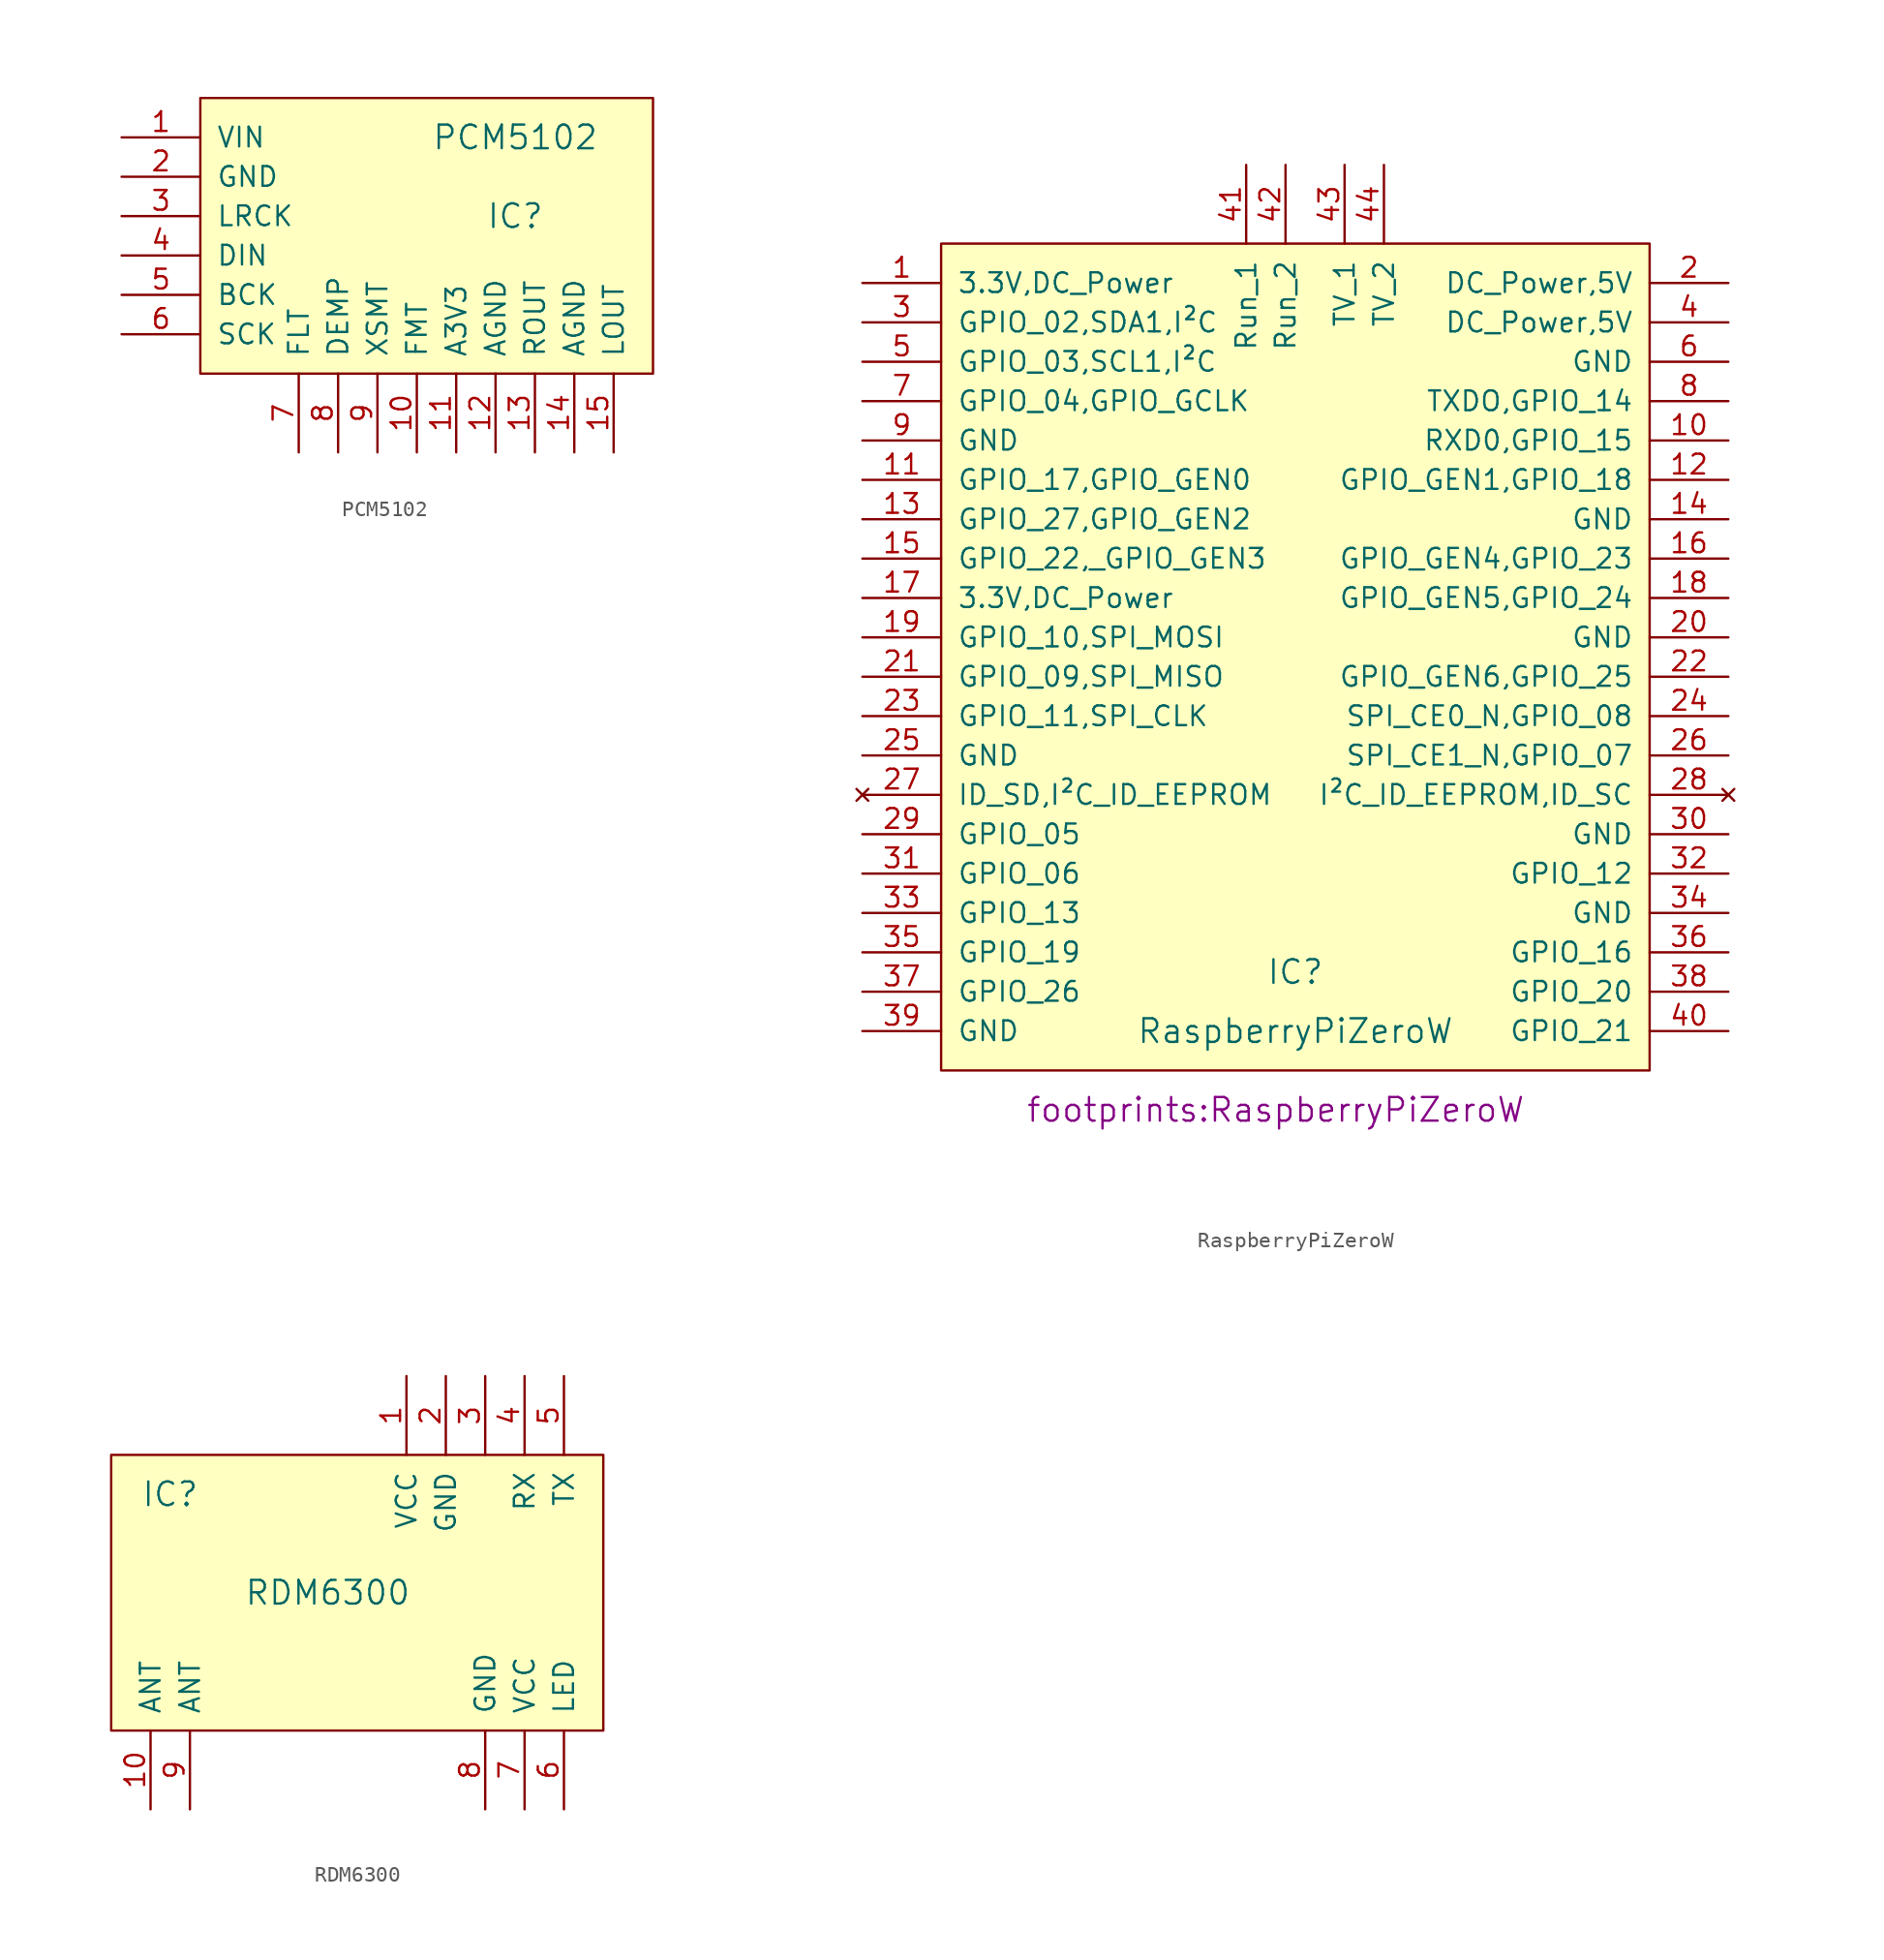
<source format=kicad_sym>
(kicad_symbol_lib
  (version 20231120)
  (generator "kicad_symbol_editor")
  (generator_version "8.0")
  (symbol "PCM5102"
    (pin_names
      (offset 1.016))
    (property "Reference" "IC"
      (at 26.67 26.67 0)
      (effects (font (size 1.524 1.524))))
    (property "Value" "PCM5102"
      (at 26.67 31.75 0)
      (effects (font (size 1.524 1.524))))
    (symbol "PCM5102_0_1"
      (rectangle (start 6.35 34.29) (end 35.56 16.51) (stroke (width 0) (type solid)) (fill (type background))))
    (symbol "PCM5102_1_1"
      (pin input line (at 1.27 31.75 0) (length 5.08) (name "VIN" (effects (font (size 1.27 1.27)))) (number "1" (effects (font (size 1.27 1.27)))))
      (pin input line (at 20.32 11.43 90) (length 5.08) (name "FMT" (effects (font (size 1.27 1.27)))) (number "10" (effects (font (size 1.27 1.27)))))
      (pin input line (at 22.86 11.43 90) (length 5.08) (name "A3V3" (effects (font (size 1.27 1.27)))) (number "11" (effects (font (size 1.27 1.27)))))
      (pin input line (at 25.4 11.43 90) (length 5.08) (name "AGND" (effects (font (size 1.27 1.27)))) (number "12" (effects (font (size 1.27 1.27)))))
      (pin input line (at 27.94 11.43 90) (length 5.08) (name "ROUT" (effects (font (size 1.27 1.27)))) (number "13" (effects (font (size 1.27 1.27)))))
      (pin input line (at 30.48 11.43 90) (length 5.08) (name "AGND" (effects (font (size 1.27 1.27)))) (number "14" (effects (font (size 1.27 1.27)))))
      (pin input line (at 33.02 11.43 90) (length 5.08) (name "LOUT" (effects (font (size 1.27 1.27)))) (number "15" (effects (font (size 1.27 1.27)))))
      (pin input line (at 1.27 29.21 0) (length 5.08) (name "GND" (effects (font (size 1.27 1.27)))) (number "2" (effects (font (size 1.27 1.27)))))
      (pin input line (at 1.27 26.67 0) (length 5.08) (name "LRCK" (effects (font (size 1.27 1.27)))) (number "3" (effects (font (size 1.27 1.27)))))
      (pin input line (at 1.27 24.13 0) (length 5.08) (name "DIN" (effects (font (size 1.27 1.27)))) (number "4" (effects (font (size 1.27 1.27)))))
      (pin input line (at 1.27 21.59 0) (length 5.08) (name "BCK" (effects (font (size 1.27 1.27)))) (number "5" (effects (font (size 1.27 1.27)))))
      (pin input line (at 1.27 19.05 0) (length 5.08) (name "SCK" (effects (font (size 1.27 1.27)))) (number "6" (effects (font (size 1.27 1.27)))))
      (pin input line (at 12.7 11.43 90) (length 5.08) (name "FLT" (effects (font (size 1.27 1.27)))) (number "7" (effects (font (size 1.27 1.27)))))
      (pin input line (at 15.24 11.43 90) (length 5.08) (name "DEMP" (effects (font (size 1.27 1.27)))) (number "8" (effects (font (size 1.27 1.27)))))
      (pin input line (at 17.78 11.43 90) (length 5.08) (name "XSMT" (effects (font (size 1.27 1.27)))) (number "9" (effects (font (size 1.27 1.27)))))))
  (symbol "RaspberryPiZeroW"
    (pin_names
      (offset 1.016))
    (property "Reference" "IC"
      (at -1.27 -33.02 0)
      (effects (font (size 1.524 1.524))))
    (property "Value" "RaspberryPiZeroW"
      (at -1.27 -36.83 0)
      (effects (font (size 1.524 1.524))))
    (property "Footprint" "footprints:RaspberryPiZeroW"
      (at -2.54 -41.91 0)
      (effects (font (size 1.524 1.524))))
    (symbol "RaspberryPiZeroW_0_1"
      (rectangle (start -24.13 13.97) (end 21.59 -39.37) (stroke (width 0) (type solid)) (fill (type background))))
    (symbol "RaspberryPiZeroW_1_1"
      (pin power_out line (at -29.21 11.43 0) (length 5.08) (name "3.3V,DC_Power" (effects (font (size 1.27 1.27)))) (number "1" (effects (font (size 1.27 1.27)))))
      (pin bidirectional line (at 26.67 1.27 180) (length 5.08) (name "RXD0,GPIO_15" (effects (font (size 1.27 1.27)))) (number "10" (effects (font (size 1.27 1.27)))))
      (pin bidirectional line (at -29.21 -1.27 0) (length 5.08) (name "GPIO_17,GPIO_GEN0" (effects (font (size 1.27 1.27)))) (number "11" (effects (font (size 1.27 1.27)))))
      (pin bidirectional line (at 26.67 -1.27 180) (length 5.08) (name "GPIO_GEN1,GPIO_18" (effects (font (size 1.27 1.27)))) (number "12" (effects (font (size 1.27 1.27)))))
      (pin bidirectional line (at -29.21 -3.81 0) (length 5.08) (name "GPIO_27,GPIO_GEN2" (effects (font (size 1.27 1.27)))) (number "13" (effects (font (size 1.27 1.27)))))
      (pin power_in line (at 26.67 -3.81 180) (length 5.08) (name "GND" (effects (font (size 1.27 1.27)))) (number "14" (effects (font (size 1.27 1.27)))))
      (pin bidirectional line (at -29.21 -6.35 0) (length 5.08) (name "GPIO_22,_GPIO_GEN3" (effects (font (size 1.27 1.27)))) (number "15" (effects (font (size 1.27 1.27)))))
      (pin bidirectional line (at 26.67 -6.35 180) (length 5.08) (name "GPIO_GEN4,GPIO_23" (effects (font (size 1.27 1.27)))) (number "16" (effects (font (size 1.27 1.27)))))
      (pin power_out line (at -29.21 -8.89 0) (length 5.08) (name "3.3V,DC_Power" (effects (font (size 1.27 1.27)))) (number "17" (effects (font (size 1.27 1.27)))))
      (pin bidirectional line (at 26.67 -8.89 180) (length 5.08) (name "GPIO_GEN5,GPIO_24" (effects (font (size 1.27 1.27)))) (number "18" (effects (font (size 1.27 1.27)))))
      (pin bidirectional line (at -29.21 -11.43 0) (length 5.08) (name "GPIO_10,SPI_MOSI" (effects (font (size 1.27 1.27)))) (number "19" (effects (font (size 1.27 1.27)))))
      (pin power_in line (at 26.67 11.43 180) (length 5.08) (name "DC_Power,5V" (effects (font (size 1.27 1.27)))) (number "2" (effects (font (size 1.27 1.27)))))
      (pin power_in line (at 26.67 -11.43 180) (length 5.08) (name "GND" (effects (font (size 1.27 1.27)))) (number "20" (effects (font (size 1.27 1.27)))))
      (pin bidirectional line (at -29.21 -13.97 0) (length 5.08) (name "GPIO_09,SPI_MISO" (effects (font (size 1.27 1.27)))) (number "21" (effects (font (size 1.27 1.27)))))
      (pin bidirectional line (at 26.67 -13.97 180) (length 5.08) (name "GPIO_GEN6,GPIO_25" (effects (font (size 1.27 1.27)))) (number "22" (effects (font (size 1.27 1.27)))))
      (pin bidirectional line (at -29.21 -16.51 0) (length 5.08) (name "GPIO_11,SPI_CLK" (effects (font (size 1.27 1.27)))) (number "23" (effects (font (size 1.27 1.27)))))
      (pin bidirectional line (at 26.67 -16.51 180) (length 5.08) (name "SPI_CE0_N,GPIO_08" (effects (font (size 1.27 1.27)))) (number "24" (effects (font (size 1.27 1.27)))))
      (pin power_in line (at -29.21 -19.05 0) (length 5.08) (name "GND" (effects (font (size 1.27 1.27)))) (number "25" (effects (font (size 1.27 1.27)))))
      (pin bidirectional line (at 26.67 -19.05 180) (length 5.08) (name "SPI_CE1_N,GPIO_07" (effects (font (size 1.27 1.27)))) (number "26" (effects (font (size 1.27 1.27)))))
      (pin no_connect line (at -29.21 -21.59 0) (length 5.08) (name "ID_SD,I²C_ID_EEPROM" (effects (font (size 1.27 1.27)))) (number "27" (effects (font (size 1.27 1.27)))))
      (pin no_connect line (at 26.67 -21.59 180) (length 5.08) (name "I²C_ID_EEPROM,ID_SC" (effects (font (size 1.27 1.27)))) (number "28" (effects (font (size 1.27 1.27)))))
      (pin bidirectional line (at -29.21 -24.13 0) (length 5.08) (name "GPIO_05" (effects (font (size 1.27 1.27)))) (number "29" (effects (font (size 1.27 1.27)))))
      (pin bidirectional line (at -29.21 8.89 0) (length 5.08) (name "GPIO_02,SDA1,I²C" (effects (font (size 1.27 1.27)))) (number "3" (effects (font (size 1.27 1.27)))))
      (pin power_in line (at 26.67 -24.13 180) (length 5.08) (name "GND" (effects (font (size 1.27 1.27)))) (number "30" (effects (font (size 1.27 1.27)))))
      (pin bidirectional line (at -29.21 -26.67 0) (length 5.08) (name "GPIO_06" (effects (font (size 1.27 1.27)))) (number "31" (effects (font (size 1.27 1.27)))))
      (pin bidirectional line (at 26.67 -26.67 180) (length 5.08) (name "GPIO_12" (effects (font (size 1.27 1.27)))) (number "32" (effects (font (size 1.27 1.27)))))
      (pin bidirectional line (at -29.21 -29.21 0) (length 5.08) (name "GPIO_13" (effects (font (size 1.27 1.27)))) (number "33" (effects (font (size 1.27 1.27)))))
      (pin power_in line (at 26.67 -29.21 180) (length 5.08) (name "GND" (effects (font (size 1.27 1.27)))) (number "34" (effects (font (size 1.27 1.27)))))
      (pin bidirectional line (at -29.21 -31.75 0) (length 5.08) (name "GPIO_19" (effects (font (size 1.27 1.27)))) (number "35" (effects (font (size 1.27 1.27)))))
      (pin bidirectional line (at 26.67 -31.75 180) (length 5.08) (name "GPIO_16" (effects (font (size 1.27 1.27)))) (number "36" (effects (font (size 1.27 1.27)))))
      (pin bidirectional line (at -29.21 -34.29 0) (length 5.08) (name "GPIO_26" (effects (font (size 1.27 1.27)))) (number "37" (effects (font (size 1.27 1.27)))))
      (pin bidirectional line (at 26.67 -34.29 180) (length 5.08) (name "GPIO_20" (effects (font (size 1.27 1.27)))) (number "38" (effects (font (size 1.27 1.27)))))
      (pin power_in line (at -29.21 -36.83 0) (length 5.08) (name "GND" (effects (font (size 1.27 1.27)))) (number "39" (effects (font (size 1.27 1.27)))))
      (pin power_in line (at 26.67 8.89 180) (length 5.08) (name "DC_Power,5V" (effects (font (size 1.27 1.27)))) (number "4" (effects (font (size 1.27 1.27)))))
      (pin bidirectional line (at 26.67 -36.83 180) (length 5.08) (name "GPIO_21" (effects (font (size 1.27 1.27)))) (number "40" (effects (font (size 1.27 1.27)))))
      (pin input line (at -4.445 19.05 270) (length 5.08) (name "Run_1" (effects (font (size 1.27 1.27)))) (number "41" (effects (font (size 1.27 1.27)))))
      (pin input line (at -1.905 19.05 270) (length 5.08) (name "Run_2" (effects (font (size 1.27 1.27)))) (number "42" (effects (font (size 1.27 1.27)))))
      (pin input line (at 1.905 19.05 270) (length 5.08) (name "TV_1" (effects (font (size 1.27 1.27)))) (number "43" (effects (font (size 1.27 1.27)))))
      (pin input line (at 4.445 19.05 270) (length 5.08) (name "TV_2" (effects (font (size 1.27 1.27)))) (number "44" (effects (font (size 1.27 1.27)))))
      (pin bidirectional line (at -29.21 6.35 0) (length 5.08) (name "GPIO_03,SCL1,I²C" (effects (font (size 1.27 1.27)))) (number "5" (effects (font (size 1.27 1.27)))))
      (pin power_in line (at 26.67 6.35 180) (length 5.08) (name "GND" (effects (font (size 1.27 1.27)))) (number "6" (effects (font (size 1.27 1.27)))))
      (pin bidirectional line (at -29.21 3.81 0) (length 5.08) (name "GPIO_04,GPIO_GCLK" (effects (font (size 1.27 1.27)))) (number "7" (effects (font (size 1.27 1.27)))))
      (pin bidirectional line (at 26.67 3.81 180) (length 5.08) (name "TXDO,GPIO_14" (effects (font (size 1.27 1.27)))) (number "8" (effects (font (size 1.27 1.27)))))
      (pin power_in line (at -29.21 1.27 0) (length 5.08) (name "GND" (effects (font (size 1.27 1.27)))) (number "9" (effects (font (size 1.27 1.27)))))))
  (symbol "RDM6300"
    (pin_names
      (offset 1.016))
    (property "Reference" "IC"
      (at -11.43 6.35 0)
      (effects (font (size 1.524 1.524))))
    (property "Value" "RDM6300"
      (at -1.27 0 0)
      (effects (font (size 1.524 1.524))))
    (symbol "RDM6300_0_1"
      (rectangle (start 16.51 8.89) (end -15.24 -8.89) (stroke (width 0) (type solid)) (fill (type background))))
    (symbol "RDM6300_1_1"
      (pin input line (at 3.81 13.97 270) (length 5.08) (name "VCC" (effects (font (size 1.27 1.27)))) (number "1" (effects (font (size 1.27 1.27)))))
      (pin input line (at -12.7 -13.97 90) (length 5.08) (name "ANT" (effects (font (size 1.27 1.27)))) (number "10" (effects (font (size 1.27 1.27)))))
      (pin input line (at 6.35 13.97 270) (length 5.08) (name "GND" (effects (font (size 1.27 1.27)))) (number "2" (effects (font (size 1.27 1.27)))))
      (pin input line (at 8.89 13.97 270) (length 5.08) (name "~" (effects (font (size 1.27 1.27)))) (number "3" (effects (font (size 1.27 1.27)))))
      (pin input line (at 11.43 13.97 270) (length 5.08) (name "RX" (effects (font (size 1.27 1.27)))) (number "4" (effects (font (size 1.27 1.27)))))
      (pin input line (at 13.97 13.97 270) (length 5.08) (name "TX" (effects (font (size 1.27 1.27)))) (number "5" (effects (font (size 1.27 1.27)))))
      (pin input line (at 13.97 -13.97 90) (length 5.08) (name "LED" (effects (font (size 1.27 1.27)))) (number "6" (effects (font (size 1.27 1.27)))))
      (pin input line (at 11.43 -13.97 90) (length 5.08) (name "VCC" (effects (font (size 1.27 1.27)))) (number "7" (effects (font (size 1.27 1.27)))))
      (pin input line (at 8.89 -13.97 90) (length 5.08) (name "GND" (effects (font (size 1.27 1.27)))) (number "8" (effects (font (size 1.27 1.27)))))
      (pin input line (at -10.16 -13.97 90) (length 5.08) (name "ANT" (effects (font (size 1.27 1.27)))) (number "9" (effects (font (size 1.27 1.27))))))))
</source>
